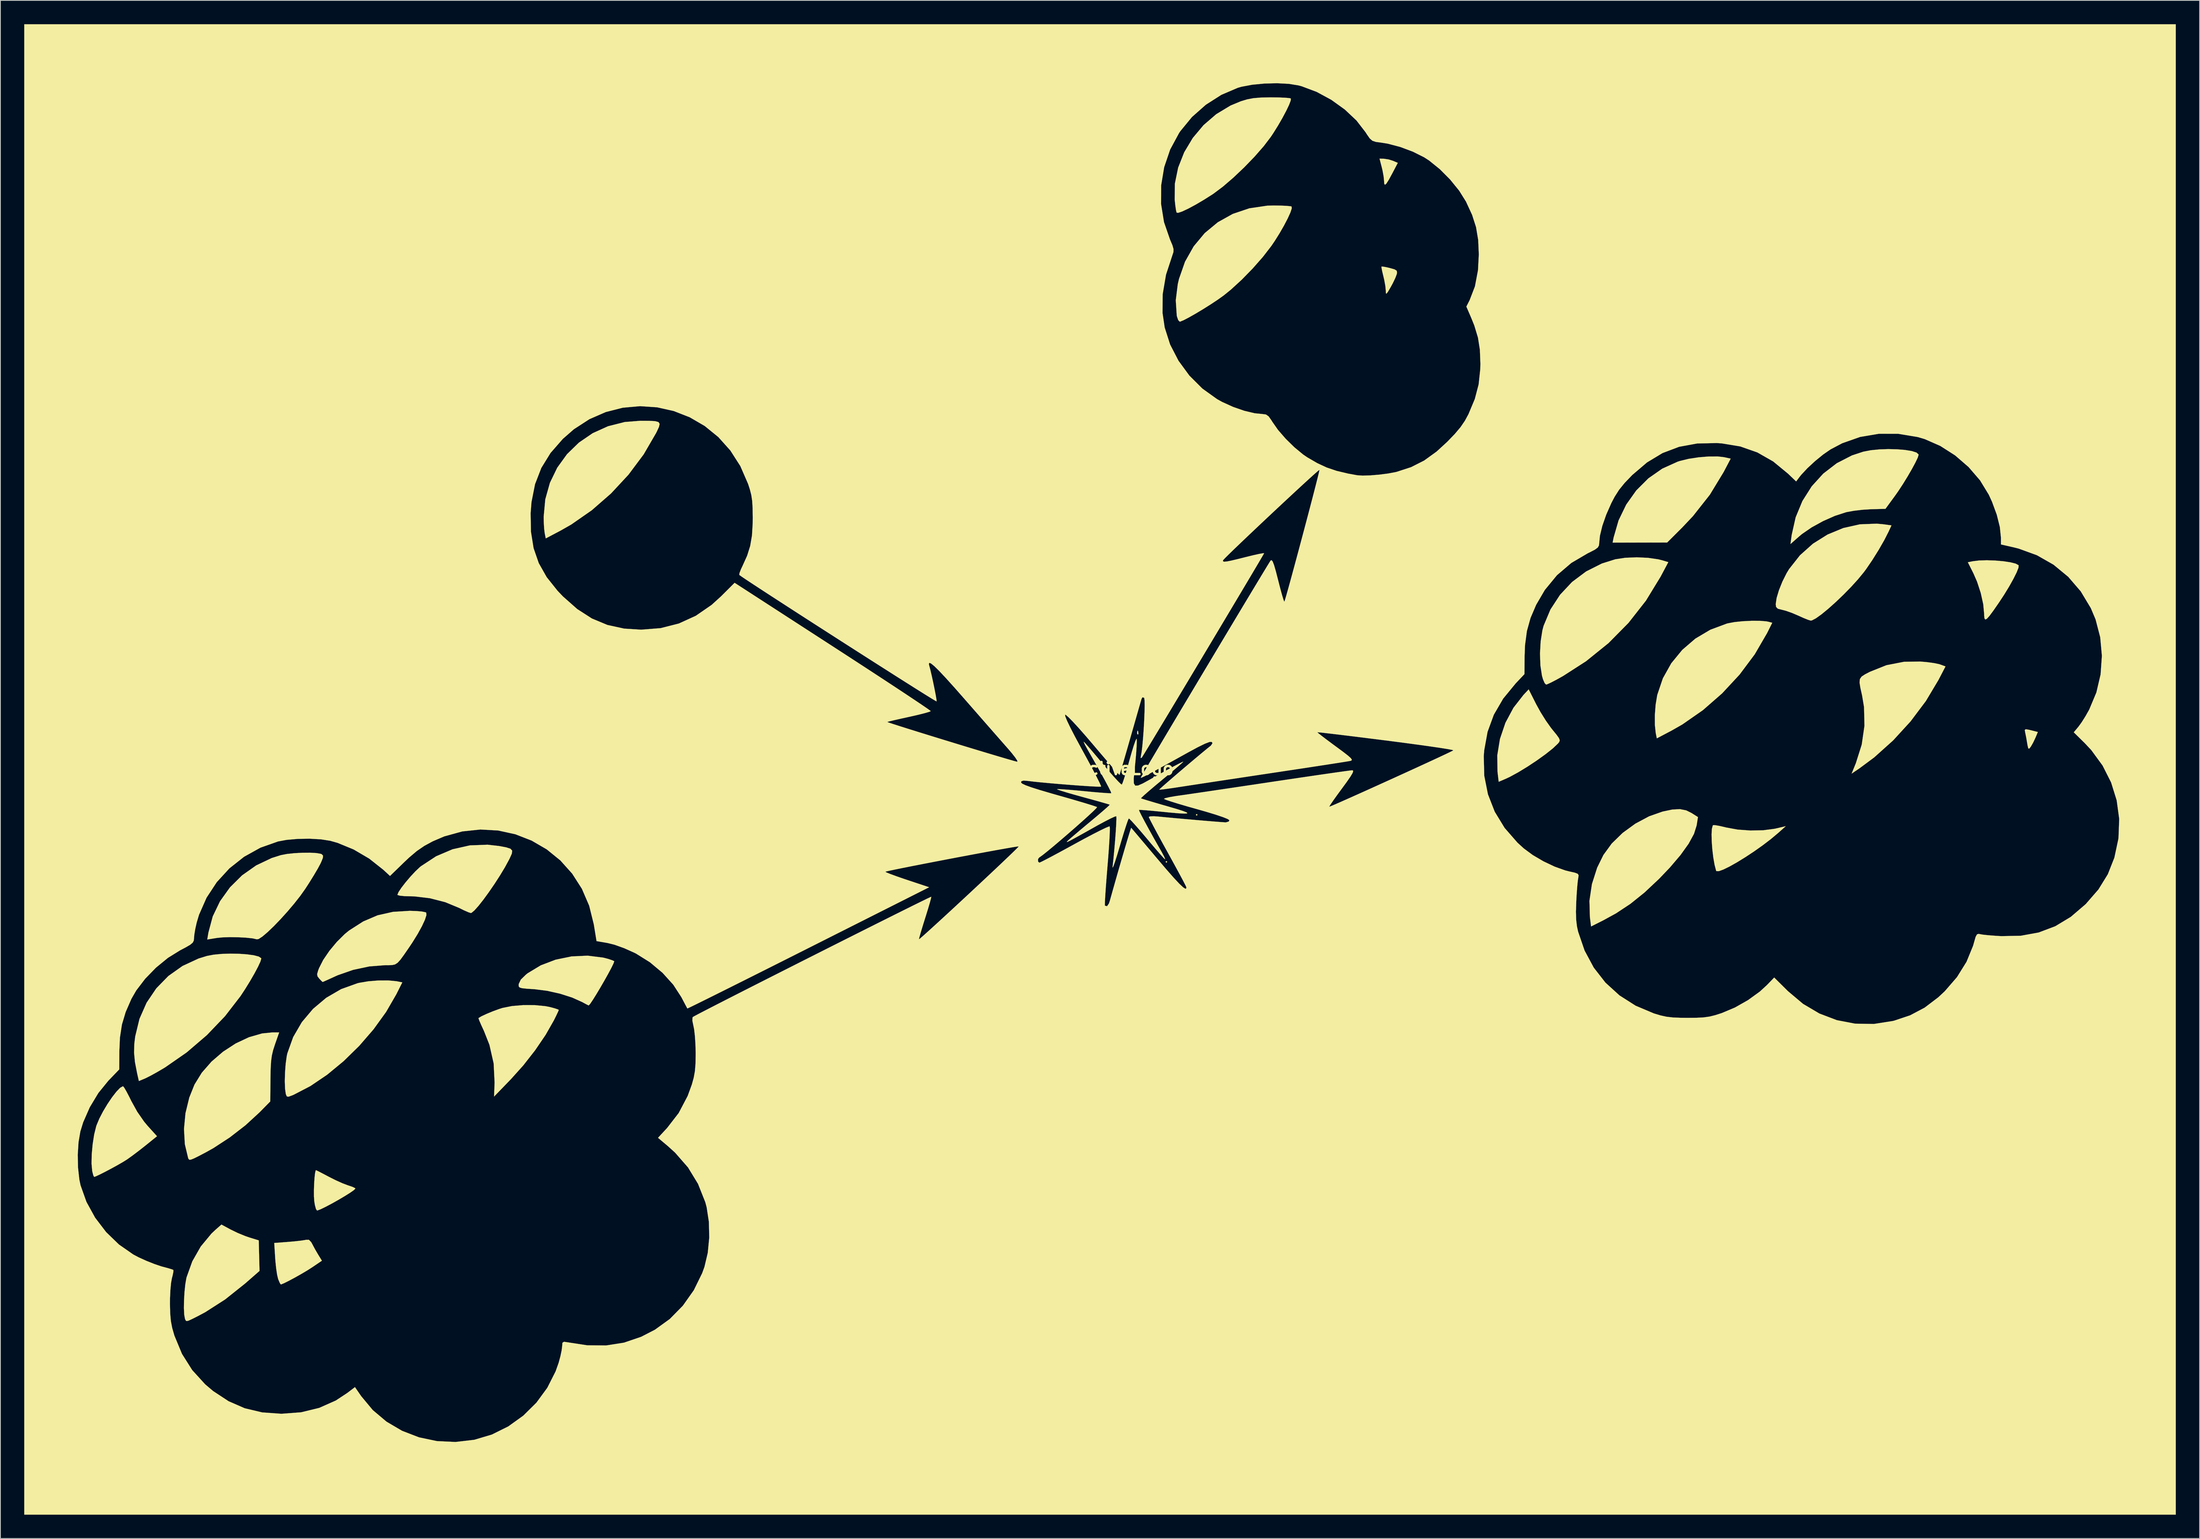
<source format=kicad_pcb>
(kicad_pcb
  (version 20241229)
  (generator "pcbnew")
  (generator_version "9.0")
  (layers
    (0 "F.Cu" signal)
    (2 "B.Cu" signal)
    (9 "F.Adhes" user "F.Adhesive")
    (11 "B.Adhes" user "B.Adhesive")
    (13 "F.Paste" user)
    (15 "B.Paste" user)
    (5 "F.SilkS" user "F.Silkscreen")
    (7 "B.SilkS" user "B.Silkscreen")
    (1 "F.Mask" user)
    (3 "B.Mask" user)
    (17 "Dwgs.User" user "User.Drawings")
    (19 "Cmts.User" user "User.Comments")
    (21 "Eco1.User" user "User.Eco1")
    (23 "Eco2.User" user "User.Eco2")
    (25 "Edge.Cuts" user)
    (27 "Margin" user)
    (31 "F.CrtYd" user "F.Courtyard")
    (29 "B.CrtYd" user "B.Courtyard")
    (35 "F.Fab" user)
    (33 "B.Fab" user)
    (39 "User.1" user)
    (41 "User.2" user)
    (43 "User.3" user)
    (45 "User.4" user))
  (footprint "RadioactiveLogo"
    (layer "F.Cu")
    (at 135.472 93.773)
    (property "Reference" "RadioactiveLogo" (at 0 0 0) (layer "F.SilkS") (effects (font (size 1.524 1.524) (thickness 0.3))))
    (attr through_hole)
    (fp_poly (pts (xy 8.467 11.748) (xy 8.361 11.853) (xy 8.255 11.748) (xy 8.361 11.642) (xy 8.467 11.748)) (stroke (width 0.01) (type solid)) (fill yes) (layer "F.SilkS"))
    (fp_poly (pts (xy 12.277 5.821) (xy 12.171 5.927) (xy 12.065 5.821) (xy 12.171 5.715) (xy 12.277 5.821)) (stroke (width 0.01) (type solid)) (fill yes) (layer "F.SilkS"))
    (fp_poly (pts (xy 4.801 -4.696) (xy 4.826 -4.366) (xy 4.785 -4.291) (xy 4.688 -4.354) (xy 4.673 -4.568) (xy 4.725 -4.794) (xy 4.801 -4.696)) (stroke (width 0.01) (type solid)) (fill yes) (layer "F.SilkS"))
    (fp_poly (pts (xy 35.75 -76.825) (xy 36.364 -76.732) (xy 36.899 -76.56) (xy 37.497 -76.305) (xy 36.832 -75.035) (xy 36.372 -74.186) (xy 36.061 -73.697) (xy 35.875 -73.543) (xy 35.788 -73.699) (xy 35.772 -73.995) (xy 35.718 -74.572) (xy 35.58 -75.33) (xy 35.485 -75.731) (xy 35.199 -76.835) (xy 35.75 -76.825)) (stroke (width 0.01) (type solid)) (fill yes) (layer "F.SilkS"))
    (fp_poly (pts (xy 116.977 -4.891) (xy 117.238 -4.827) (xy 118.096 -4.609) (xy 117.794 -3.888) (xy 117.504 -3.273) (xy 117.211 -2.764) (xy 117.195 -2.741) (xy 117.005 -2.509) (xy 116.891 -2.555) (xy 116.799 -2.937) (xy 116.752 -3.221) (xy 116.634 -3.904) (xy 116.519 -4.478) (xy 116.494 -4.586) (xy 116.451 -4.867) (xy 116.579 -4.958) (xy 116.977 -4.891)) (stroke (width 0.01) (type solid)) (fill yes) (layer "F.SilkS"))
    (fp_poly (pts (xy 35.668 -63.234) (xy 36.165 -63.138) (xy 36.502 -63.057) (xy 37.095 -62.887) (xy 37.364 -62.715) (xy 37.402 -62.46) (xy 37.364 -62.281) (xy 37.186 -61.807) (xy 36.869 -61.145) (xy 36.61 -60.669) (xy 36.265 -60.082) (xy 36.079 -59.83) (xy 36.002 -59.879) (xy 35.985 -60.194) (xy 35.985 -60.226) (xy 35.93 -60.801) (xy 35.791 -61.566) (xy 35.683 -62.025) (xy 35.53 -62.664) (xy 35.447 -63.11) (xy 35.446 -63.245) (xy 35.668 -63.234)) (stroke (width 0.01) (type solid)) (fill yes) (layer "F.SilkS"))
    (fp_poly (pts (xy 78.602 -39.226) (xy 79.417 -39.047) (xy 78.529 -37.356) (xy 76.793 -34.5) (xy 74.665 -31.803) (xy 73.333 -30.392) (xy 71.419 -28.482) (xy 67.984 -28.476) (xy 64.549 -28.469) (xy 64.674 -29.104) (xy 65.298 -31.264) (xy 66.262 -33.257) (xy 67.527 -35.039) (xy 69.054 -36.564) (xy 70.802 -37.786) (xy 72.734 -38.66) (xy 73.01 -38.75) (xy 74.118 -39.021) (xy 75.383 -39.214) (xy 76.659 -39.318) (xy 77.804 -39.321) (xy 78.602 -39.226)) (stroke (width 0.01) (type solid)) (fill yes) (layer "F.SilkS"))
    (fp_poly (pts (xy 54.922 -8.112) (xy 55.48 -7.1) (xy 56.138 -6.049) (xy 56.78 -5.141) (xy 56.958 -4.916) (xy 57.494 -4.258) (xy 57.794 -3.837) (xy 57.894 -3.564) (xy 57.826 -3.353) (xy 57.655 -3.144) (xy 57.02 -2.544) (xy 56.105 -1.816) (xy 55.009 -1.029) (xy 53.828 -0.246) (xy 52.661 0.465) (xy 51.606 1.04) (xy 51.084 1.285) (xy 50.203 1.662) (xy 50.057 0.408) (xy 50.022 -1.653) (xy 50.364 -3.743) (xy 51.053 -5.776) (xy 52.062 -7.663) (xy 53.32 -9.276) (xy 53.98 -9.98) (xy 54.922 -8.112)) (stroke (width 0.01) (type solid)) (fill yes) (layer "F.SilkS"))
    (fp_poly (pts (xy 73.828 5.268) (xy 74.482 5.593) (xy 75.295 6.107) (xy 75.127 7.169) (xy 74.797 8.22) (xy 74.117 9.466) (xy 73.1 10.886) (xy 71.762 12.459) (xy 70.4 13.885) (xy 68.565 15.609) (xy 66.798 17.03) (xy 64.987 18.229) (xy 63.356 19.122) (xy 61.836 19.887) (xy 61.688 18.7) (xy 61.632 16.654) (xy 61.945 14.545) (xy 62.606 12.476) (xy 63.393 10.876) (xy 64.437 9.442) (xy 65.807 8.106) (xy 67.407 6.939) (xy 69.139 6.013) (xy 70.833 5.416) (xy 72.065 5.157) (xy 73.029 5.106) (xy 73.828 5.268)) (stroke (width 0.01) (type solid)) (fill yes) (layer "F.SilkS"))
    (fp_poly (pts (xy 104.201 -13.405) (xy 105.053 -13.287) (xy 105.674 -13.156) (xy 105.78 -13.122) (xy 106.468 -12.87) (xy 105.578 -11.159) (xy 103.997 -8.513) (xy 102.07 -5.949) (xy 99.877 -3.554) (xy 97.494 -1.415) (xy 95.635 -0.035) (xy 94.645 0.635) (xy 95.18 -0.682) (xy 95.919 -3.021) (xy 96.264 -5.398) (xy 96.209 -7.756) (xy 95.966 -9.207) (xy 95.748 -10.187) (xy 95.645 -10.848) (xy 95.688 -11.286) (xy 95.909 -11.597) (xy 96.34 -11.878) (xy 96.943 -12.19) (xy 99.035 -13.027) (xy 101.23 -13.454) (xy 103.269 -13.488) (xy 104.201 -13.405)) (stroke (width 0.01) (type solid)) (fill yes) (layer "F.SilkS"))
    (fp_poly (pts (xy -56.774 -43.81) (xy -56.026 -43.769) (xy -55.603 -43.653) (xy -55.457 -43.426) (xy -55.539 -43.048) (xy -55.8 -42.481) (xy -55.91 -42.26) (xy -57.464 -39.588) (xy -59.372 -37.034) (xy -61.571 -34.666) (xy -63.995 -32.55) (xy -66.58 -30.751) (xy -67.928 -29.983) (xy -69.797 -28.997) (xy -69.929 -29.659) (xy -69.999 -30.225) (xy -70.046 -31.023) (xy -70.059 -31.724) (xy -69.854 -33.931) (xy -69.272 -36.004) (xy -68.35 -37.908) (xy -67.122 -39.607) (xy -65.623 -41.067) (xy -63.889 -42.252) (xy -61.954 -43.128) (xy -59.855 -43.66) (xy -57.897 -43.815) (xy -56.774 -43.81)) (stroke (width 0.01) (type solid)) (fill yes) (layer "F.SilkS"))
    (fp_poly (pts (xy 112.722 -26.21) (xy 113.738 -26.122) (xy 114.633 -25.988) (xy 115.309 -25.819) (xy 115.667 -25.622) (xy 115.681 -25.603) (xy 115.655 -25.298) (xy 115.424 -24.711) (xy 115.023 -23.907) (xy 114.489 -22.951) (xy 113.856 -21.912) (xy 113.202 -20.918) (xy 112.505 -19.912) (xy 112.005 -19.237) (xy 111.67 -18.868) (xy 111.469 -18.78) (xy 111.368 -18.949) (xy 111.337 -19.348) (xy 111.337 -19.459) (xy 111.223 -20.698) (xy 110.91 -22.117) (xy 110.443 -23.548) (xy 109.984 -24.598) (xy 109.281 -25.994) (xy 109.912 -26.121) (xy 110.711 -26.218) (xy 111.68 -26.245) (xy 112.722 -26.21)) (stroke (width 0.01) (type solid)) (fill yes) (layer "F.SilkS"))
    (fp_poly (pts (xy -99.337 59.647) (xy -99.202 59.892) (xy -98.856 60.54) (xy -98.458 61.224) (xy -98.428 61.272) (xy -97.984 61.991) (xy -99.21 62.822) (xy -99.825 63.215) (xy -100.583 63.664) (xy -101.386 64.117) (xy -102.14 64.521) (xy -102.749 64.825) (xy -103.116 64.974) (xy -103.161 64.982) (xy -103.285 64.805) (xy -103.47 64.371) (xy -103.498 64.294) (xy -103.624 63.769) (xy -103.745 62.965) (xy -103.841 62.027) (xy -103.866 61.681) (xy -103.987 59.757) (xy -102.211 59.622) (xy -101.331 59.544) (xy -100.57 59.457) (xy -100.061 59.377) (xy -99.984 59.359) (xy -99.623 59.355) (xy -99.337 59.647)) (stroke (width 0.01) (type solid)) (fill yes) (layer "F.SilkS"))
    (fp_poly (pts (xy 83.08 -18.616) (xy 83.907 -18.55) (xy 84.182 -18.495) (xy 84.65 -18.37) (xy 84 -17.07) (xy 82.448 -14.4) (xy 80.541 -11.848) (xy 78.343 -9.481) (xy 75.921 -7.365) (xy 73.338 -5.567) (xy 71.984 -4.794) (xy 70.115 -3.809) (xy 69.982 -4.471) (xy 69.87 -5.494) (xy 69.867 -6.747) (xy 69.967 -8.054) (xy 70.163 -9.238) (xy 70.178 -9.302) (xy 70.877 -11.373) (xy 71.937 -13.27) (xy 73.315 -14.951) (xy 74.968 -16.373) (xy 76.853 -17.492) (xy 78.93 -18.266) (xy 79.056 -18.3) (xy 79.889 -18.456) (xy 80.931 -18.564) (xy 82.041 -18.619) (xy 83.08 -18.616)) (stroke (width 0.01) (type solid)) (fill yes) (layer "F.SilkS"))
    (fp_poly (pts (xy -109.474 58.067) (xy -108.595 58.494) (xy -107.625 58.891) (xy -107.126 59.063) (xy -105.939 59.43) (xy -105.89 61.355) (xy -105.841 63.279) (xy -107.651 64.862) (xy -110.165 66.867) (xy -112.665 68.471) (xy -113.61 68.976) (xy -114.346 69.346) (xy -114.789 69.547) (xy -115.026 69.597) (xy -115.142 69.513) (xy -115.226 69.313) (xy -115.23 69.304) (xy -115.323 68.794) (xy -115.361 67.986) (xy -115.348 67) (xy -115.289 65.957) (xy -115.188 64.976) (xy -115.051 64.178) (xy -115.025 64.075) (xy -114.305 62.071) (xy -113.242 60.205) (xy -111.896 58.578) (xy -111.376 58.088) (xy -110.636 57.438) (xy -109.474 58.067)) (stroke (width 0.01) (type solid)) (fill yes) (layer "F.SilkS"))
    (fp_poly (pts (xy -71.169 29.797) (xy -69.827 29.927) (xy -69.268 30.038) (xy -68.654 30.204) (xy -68.25 30.342) (xy -68.157 30.401) (xy -68.245 30.622) (xy -68.475 31.111) (xy -68.776 31.718) (xy -69.819 33.549) (xy -71.133 35.48) (xy -72.627 37.389) (xy -74.181 39.12) (xy -76.306 41.317) (xy -76.239 39.55) (xy -76.357 37.138) (xy -76.889 34.792) (xy -77.578 33.049) (xy -77.915 32.322) (xy -78.158 31.76) (xy -78.268 31.455) (xy -78.268 31.428) (xy -77.89 31.2) (xy -77.24 30.897) (xy -76.452 30.572) (xy -75.656 30.281) (xy -75.241 30.149) (xy -74.054 29.912) (xy -72.638 29.793) (xy -71.169 29.797)) (stroke (width 0.01) (type solid)) (fill yes) (layer "F.SilkS"))
    (fp_poly (pts (xy 77.474 7.13) (xy 78.035 7.228) (xy 78.77 7.399) (xy 78.846 7.419) (xy 80.282 7.683) (xy 81.901 7.801) (xy 83.519 7.767) (xy 84.954 7.58) (xy 85.141 7.539) (xy 86.355 7.253) (xy 85.376 8.125) (xy 84.471 8.883) (xy 83.449 9.663) (xy 82.364 10.431) (xy 81.27 11.154) (xy 80.225 11.798) (xy 79.281 12.33) (xy 78.495 12.715) (xy 77.921 12.921) (xy 77.615 12.914) (xy 77.585 12.871) (xy 77.388 12.114) (xy 77.226 11.181) (xy 77.105 10.168) (xy 77.031 9.166) (xy 77.012 8.272) (xy 77.052 7.577) (xy 77.158 7.176) (xy 77.205 7.126) (xy 77.474 7.13)) (stroke (width 0.01) (type solid)) (fill yes) (layer "F.SilkS"))
    (fp_poly (pts (xy -98.531 50.681) (xy -98.047 50.928) (xy -97.372 51.282) (xy -97.118 51.417) (xy -96.258 51.85) (xy -95.411 52.231) (xy -94.742 52.486) (xy -94.668 52.509) (xy -94.126 52.694) (xy -93.805 52.854) (xy -93.768 52.901) (xy -93.943 53.086) (xy -94.408 53.415) (xy -95.08 53.838) (xy -95.872 54.307) (xy -96.698 54.772) (xy -97.473 55.184) (xy -98.112 55.496) (xy -98.529 55.657) (xy -98.604 55.668) (xy -98.734 55.477) (xy -98.867 54.985) (xy -98.946 54.497) (xy -98.986 53.901) (xy -98.99 53.14) (xy -98.964 52.323) (xy -98.915 51.558) (xy -98.847 50.954) (xy -98.768 50.621) (xy -98.734 50.588) (xy -98.531 50.681)) (stroke (width 0.01) (type solid)) (fill yes) (layer "F.SilkS"))
    (fp_poly (pts (xy 69.011 -26.55) (xy 70.305 -26.362) (xy 70.76 -26.248) (xy 71.564 -26.009) (xy 70.591 -24.179) (xy 68.745 -21.157) (xy 66.551 -18.359) (xy 64.031 -15.808) (xy 61.212 -13.532) (xy 58.311 -11.664) (xy 57.498 -11.211) (xy 56.808 -10.851) (xy 56.331 -10.631) (xy 56.175 -10.583) (xy 55.989 -10.771) (xy 55.781 -11.254) (xy 55.654 -11.695) (xy 55.457 -12.985) (xy 55.404 -14.487) (xy 55.489 -16.024) (xy 55.707 -17.42) (xy 55.859 -17.992) (xy 56.722 -20.046) (xy 57.932 -21.899) (xy 59.443 -23.51) (xy 61.212 -24.835) (xy 63.192 -25.834) (xy 64.89 -26.368) (xy 66.127 -26.557) (xy 67.56 -26.616) (xy 69.011 -26.55)) (stroke (width 0.01) (type solid)) (fill yes) (layer "F.SilkS"))
    (fp_poly (pts (xy -103.903 34.766) (xy -104.133 35.483) (xy -104.289 36.148) (xy -104.386 36.88) (xy -104.439 37.792) (xy -104.462 39.003) (xy -104.463 39.115) (xy -104.488 41.929) (xy -105.849 43.312) (xy -107.6 44.922) (xy -109.589 46.462) (xy -111.647 47.806) (xy -112.589 48.333) (xy -113.501 48.811) (xy -114.107 49.111) (xy -114.477 49.257) (xy -114.679 49.27) (xy -114.782 49.172) (xy -114.83 49.054) (xy -115.244 47.317) (xy -115.352 45.4) (xy -115.164 43.407) (xy -114.686 41.44) (xy -114.032 39.805) (xy -113.107 38.305) (xy -111.883 36.907) (xy -110.434 35.663) (xy -108.838 34.623) (xy -107.17 33.839) (xy -105.507 33.361) (xy -104.23 33.234) (xy -103.368 33.232) (xy -103.903 34.766)) (stroke (width 0.01) (type solid)) (fill yes) (layer "F.SilkS"))
    (fp_poly (pts (xy -88.605 26.783) (xy -88.513 26.8) (xy -87.861 26.931) (xy -88.621 28.441) (xy -89.902 30.655) (xy -91.477 32.836) (xy -93.281 34.922) (xy -95.25 36.851) (xy -97.321 38.561) (xy -99.429 39.988) (xy -101.511 41.072) (xy -101.709 41.157) (xy -102.179 41.33) (xy -102.403 41.296) (xy -102.52 41.027) (xy -102.53 40.991) (xy -102.626 40.323) (xy -102.657 39.376) (xy -102.629 38.289) (xy -102.548 37.2) (xy -102.418 36.249) (xy -102.337 35.869) (xy -101.603 33.82) (xy -100.511 31.939) (xy -99.109 30.275) (xy -97.443 28.873) (xy -95.563 27.78) (xy -93.514 27.043) (xy -93.293 26.988) (xy -92.158 26.795) (xy -90.88 26.691) (xy -89.637 26.685) (xy -88.605 26.783)) (stroke (width 0.01) (type solid)) (fill yes) (layer "F.SilkS"))
    (fp_poly (pts (xy -62.563 23.81) (xy -61.965 23.964) (xy -61.462 24.13) (xy -61.188 24.255) (xy -61.172 24.275) (xy -61.272 24.562) (xy -61.541 25.113) (xy -61.935 25.851) (xy -62.409 26.697) (xy -62.916 27.575) (xy -63.412 28.405) (xy -63.852 29.11) (xy -64.189 29.612) (xy -64.38 29.832) (xy -64.395 29.836) (xy -64.598 29.738) (xy -65.034 29.506) (xy -65.193 29.418) (xy -66.462 28.846) (xy -67.993 28.356) (xy -69.63 27.99) (xy -71.214 27.79) (xy -71.29 27.786) (xy -72.208 27.725) (xy -72.782 27.664) (xy -73.087 27.574) (xy -73.202 27.428) (xy -73.204 27.201) (xy -73.195 27.122) (xy -72.938 26.582) (xy -72.278 25.94) (xy -72.073 25.779) (xy -70.426 24.784) (xy -68.551 24.071) (xy -66.547 23.659) (xy -64.518 23.566) (xy -62.563 23.81)) (stroke (width 0.01) (type solid)) (fill yes) (layer "F.SilkS"))
    (fp_poly (pts (xy 100.369 -40.224) (xy 101.386 -40.14) (xy 102.228 -40.001) (xy 102.817 -39.811) (xy 103.076 -39.575) (xy 103.082 -39.533) (xy 102.972 -39.173) (xy 102.672 -38.543) (xy 102.231 -37.725) (xy 101.694 -36.799) (xy 101.109 -35.847) (xy 100.521 -34.951) (xy 100.126 -34.389) (xy 98.907 -32.722) (xy 97.094 -32.675) (xy 96.038 -32.61) (xy 94.941 -32.48) (xy 94.023 -32.314) (xy 93.942 -32.294) (xy 92.538 -31.838) (xy 91.043 -31.175) (xy 89.61 -30.386) (xy 88.394 -29.549) (xy 88.081 -29.288) (xy 86.945 -28.287) (xy 87.101 -29.436) (xy 87.6 -31.658) (xy 88.451 -33.712) (xy 89.62 -35.558) (xy 91.073 -37.158) (xy 92.777 -38.47) (xy 94.698 -39.457) (xy 96.121 -39.925) (xy 97.054 -40.104) (xy 98.126 -40.211) (xy 99.257 -40.249) (xy 100.369 -40.224)) (stroke (width 0.01) (type solid)) (fill yes) (layer "F.SilkS"))
    (fp_poly (pts (xy -123.023 40.018) (xy -122.872 40.203) (xy -122.591 40.687) (xy -122.225 41.388) (xy -121.988 41.871) (xy -121.237 43.231) (xy -120.365 44.486) (xy -119.927 45.01) (xy -118.75 46.311) (xy -120.176 47.463) (xy -120.977 48.094) (xy -121.791 48.711) (xy -122.464 49.195) (xy -122.555 49.257) (xy -123.071 49.577) (xy -123.772 49.98) (xy -124.562 50.413) (xy -125.345 50.825) (xy -126.023 51.165) (xy -126.502 51.383) (xy -126.668 51.435) (xy -126.768 51.25) (xy -126.888 50.794) (xy -126.913 50.67) (xy -126.993 49.757) (xy -126.969 48.588) (xy -126.853 47.315) (xy -126.662 46.089) (xy -126.408 45.061) (xy -126.365 44.932) (xy -126.017 44.097) (xy -125.541 43.181) (xy -124.989 42.258) (xy -124.412 41.405) (xy -123.862 40.697) (xy -123.391 40.209) (xy -123.049 40.018) (xy -123.023 40.018)) (stroke (width 0.01) (type solid)) (fill yes) (layer "F.SilkS"))
    (fp_poly (pts (xy -108.419 23.328) (xy -107.404 23.4) (xy -106.548 23.519) (xy -105.932 23.681) (xy -105.636 23.882) (xy -105.622 23.942) (xy -105.732 24.319) (xy -106.033 24.968) (xy -106.482 25.813) (xy -107.035 26.772) (xy -107.648 27.768) (xy -108.238 28.665) (xy -110.186 31.188) (xy -112.47 33.574) (xy -115.005 35.746) (xy -117.709 37.624) (xy -117.925 37.756) (xy -118.756 38.244) (xy -119.547 38.681) (xy -120.158 38.99) (xy -120.286 39.047) (xy -121.034 39.359) (xy -121.259 38.359) (xy -121.528 36.965) (xy -121.64 35.781) (xy -121.604 34.629) (xy -121.495 33.74) (xy -120.958 31.524) (xy -120.062 29.492) (xy -118.838 27.681) (xy -117.319 26.126) (xy -115.537 24.862) (xy -113.522 23.927) (xy -112.458 23.599) (xy -111.612 23.44) (xy -110.603 23.344) (xy -109.512 23.309) (xy -108.419 23.328)) (stroke (width 0.01) (type solid)) (fill yes) (layer "F.SilkS"))
    (fp_poly (pts (xy 98.697 -30.771) (xy 99.663 -30.639) (xy 99.311 -29.871) (xy 98.765 -28.796) (xy 98.048 -27.545) (xy 97.253 -26.273) (xy 96.476 -25.134) (xy 96.177 -24.732) (xy 95.436 -23.832) (xy 94.564 -22.873) (xy 93.614 -21.903) (xy 92.642 -20.973) (xy 91.704 -20.135) (xy 90.856 -19.438) (xy 90.152 -18.933) (xy 89.648 -18.67) (xy 89.498 -18.645) (xy 89.172 -18.74) (xy 88.596 -18.972) (xy 87.948 -19.264) (xy 87.145 -19.607) (xy 86.364 -19.882) (xy 85.884 -20.005) (xy 85.357 -20.141) (xy 85.133 -20.366) (xy 85.09 -20.721) (xy 85.2 -21.488) (xy 85.496 -22.478) (xy 85.929 -23.558) (xy 86.45 -24.6) (xy 86.769 -25.13) (xy 88.139 -26.869) (xy 89.772 -28.329) (xy 91.613 -29.484) (xy 93.605 -30.308) (xy 95.694 -30.774) (xy 97.823 -30.855) (xy 98.697 -30.771)) (stroke (width 0.01) (type solid)) (fill yes) (layer "F.SilkS"))
    (fp_poly (pts (xy -75.677 9.751) (xy -74.775 9.922) (xy -74.24 10.095) (xy -74.022 10.338) (xy -74.071 10.719) (xy -74.336 11.306) (xy -74.41 11.454) (xy -74.924 12.403) (xy -75.549 13.443) (xy -76.239 14.513) (xy -76.951 15.551) (xy -77.64 16.497) (xy -78.264 17.289) (xy -78.779 17.865) (xy -79.139 18.165) (xy -79.234 18.193) (xy -79.539 18.096) (xy -80.092 17.853) (xy -80.719 17.544) (xy -82.457 16.826) (xy -84.39 16.329) (xy -86.331 16.098) (xy -86.817 16.087) (xy -87.595 16.065) (xy -88.177 16.006) (xy -88.463 15.922) (xy -88.477 15.898) (xy -88.339 15.559) (xy -87.973 15.008) (xy -87.449 14.331) (xy -86.84 13.614) (xy -86.216 12.944) (xy -85.649 12.408) (xy -85.517 12.3) (xy -83.6 11.042) (xy -81.532 10.162) (xy -79.359 9.673) (xy -77.129 9.587) (xy -75.677 9.751)) (stroke (width 0.01) (type solid)) (fill yes) (layer "F.SilkS"))
    (fp_poly (pts (xy 22.758 -70.923) (xy 23.508 -70.889) (xy 23.999 -70.839) (xy 24.125 -70.806) (xy 24.143 -70.561) (xy 23.965 -70.033) (xy 23.627 -69.29) (xy 23.164 -68.404) (xy 22.613 -67.444) (xy 22.01 -66.481) (xy 21.576 -65.841) (xy 20.513 -64.465) (xy 19.232 -63.008) (xy 17.848 -61.591) (xy 16.476 -60.334) (xy 15.57 -59.601) (xy 14.824 -59.069) (xy 13.936 -58.48) (xy 12.985 -57.881) (xy 12.048 -57.318) (xy 11.204 -56.839) (xy 10.531 -56.488) (xy 10.106 -56.314) (xy 10.038 -56.303) (xy 9.849 -56.49) (xy 9.689 -56.952) (xy 9.661 -57.097) (xy 9.54 -58.999) (xy 9.792 -61.029) (xy 9.943 -61.681) (xy 10.705 -63.859) (xy 11.796 -65.793) (xy 13.184 -67.458) (xy 14.836 -68.827) (xy 16.719 -69.877) (xy 18.801 -70.58) (xy 21.048 -70.912) (xy 21.852 -70.936) (xy 22.758 -70.923)) (stroke (width 0.01) (type solid)) (fill yes) (layer "F.SilkS"))
    (fp_poly (pts (xy -98.656 10.641) (xy -98.113 10.739) (xy -98.007 10.787) (xy -97.849 10.956) (xy -97.86 11.235) (xy -98.058 11.733) (xy -98.184 12.001) (xy -98.503 12.595) (xy -98.989 13.421) (xy -99.571 14.361) (xy -100.071 15.134) (xy -100.71 16.035) (xy -101.476 17.008) (xy -102.318 18.002) (xy -103.187 18.964) (xy -104.034 19.843) (xy -104.808 20.587) (xy -105.46 21.143) (xy -105.941 21.46) (xy -106.169 21.507) (xy -106.703 21.388) (xy -107.532 21.299) (xy -108.528 21.246) (xy -109.563 21.231) (xy -110.509 21.26) (xy -111.191 21.329) (xy -112.422 21.53) (xy -112.278 20.66) (xy -111.731 18.618) (xy -110.812 16.704) (xy -109.565 14.964) (xy -108.035 13.446) (xy -106.263 12.196) (xy -104.296 11.262) (xy -103.141 10.898) (xy -102.382 10.754) (xy -101.442 10.654) (xy -100.432 10.601) (xy -99.466 10.595) (xy -98.656 10.641)) (stroke (width 0.01) (type solid)) (fill yes) (layer "F.SilkS"))
    (fp_poly (pts (xy -86.072 17.944) (xy -85.367 18.009) (xy -84.929 18.101) (xy -84.854 18.143) (xy -84.824 18.453) (xy -85.014 19.046) (xy -85.392 19.861) (xy -85.93 20.838) (xy -86.598 21.916) (xy -87.018 22.543) (xy -87.644 23.451) (xy -88.096 24.071) (xy -88.448 24.458) (xy -88.775 24.667) (xy -89.15 24.751) (xy -89.649 24.766) (xy -90.044 24.765) (xy -92.009 24.919) (xy -94.052 25.353) (xy -95.979 26.024) (xy -96.285 26.16) (xy -97.013 26.493) (xy -97.572 26.745) (xy -97.869 26.873) (xy -97.893 26.882) (xy -98.049 26.745) (xy -98.316 26.461) (xy -98.539 26.172) (xy -98.586 25.884) (xy -98.461 25.44) (xy -98.347 25.139) (xy -97.823 24.104) (xy -97.045 22.962) (xy -96.11 21.836) (xy -95.119 20.851) (xy -94.564 20.397) (xy -92.779 19.254) (xy -90.971 18.481) (xy -89.039 18.046) (xy -86.934 17.917) (xy -86.072 17.944)) (stroke (width 0.01) (type solid)) (fill yes) (layer "F.SilkS"))
    (fp_poly (pts (xy 22.481 -84.546) (xy 23.281 -84.514) (xy 23.829 -84.466) (xy 24.028 -84.416) (xy 24.013 -84.157) (xy 23.807 -83.614) (xy 23.447 -82.861) (xy 22.973 -81.969) (xy 22.42 -81.011) (xy 21.827 -80.06) (xy 21.512 -79.587) (xy 20.614 -78.407) (xy 19.466 -77.095) (xy 18.162 -75.745) (xy 16.8 -74.453) (xy 15.475 -73.313) (xy 14.282 -72.419) (xy 14.182 -72.352) (xy 13.077 -71.651) (xy 12.033 -71.036) (xy 11.107 -70.539) (xy 10.359 -70.188) (xy 9.851 -70.016) (xy 9.646 -70.038) (xy 9.571 -70.328) (xy 9.485 -70.914) (xy 9.404 -71.669) (xy 9.403 -71.675) (xy 9.428 -73.705) (xy 9.84 -75.712) (xy 10.602 -77.642) (xy 11.679 -79.442) (xy 13.034 -81.058) (xy 14.633 -82.438) (xy 16.439 -83.529) (xy 17.74 -84.068) (xy 18.529 -84.305) (xy 19.31 -84.454) (xy 20.223 -84.532) (xy 21.408 -84.557) (xy 21.519 -84.557) (xy 22.481 -84.546)) (stroke (width 0.01) (type solid)) (fill yes) (layer "F.SilkS"))
    (fp_poly (pts (xy 4.619 -3.735) (xy 4.63 -3.373) (xy 4.602 -2.693) (xy 4.539 -1.799) (xy 4.465 -0.972) (xy 4.328 0.333) (xy 4.244 1.268) (xy 4.261 1.861) (xy 4.425 2.14) (xy 4.786 2.134) (xy 5.391 1.869) (xy 6.289 1.373) (xy 7.413 0.738) (xy 8.44 0.172) (xy 9.318 -0.3) (xy 9.988 -0.649) (xy 10.395 -0.845) (xy 10.491 -0.869) (xy 10.301 -0.685) (xy 9.841 -0.281) (xy 9.169 0.293) (xy 8.34 0.988) (xy 7.74 1.487) (xy 6.856 2.225) (xy 6.105 2.866) (xy 5.54 3.362) (xy 5.214 3.668) (xy 5.155 3.744) (xy 5.371 3.822) (xy 5.923 3.994) (xy 6.743 4.239) (xy 7.761 4.537) (xy 8.484 4.745) (xy 9.681 5.096) (xy 10.501 5.358) (xy 10.939 5.538) (xy 10.988 5.64) (xy 10.641 5.669) (xy 9.893 5.631) (xy 8.735 5.53) (xy 7.62 5.419) (xy 6.612 5.32) (xy 5.769 5.247) (xy 5.173 5.205) (xy 4.906 5.202) (xy 4.901 5.204) (xy 4.972 5.402) (xy 5.223 5.909) (xy 5.624 6.67) (xy 6.145 7.627) (xy 6.753 8.725) (xy 7.42 9.905) (xy 7.778 10.53) (xy 8.055 11.046) (xy 8.192 11.371) (xy 8.187 11.43) (xy 8.022 11.276) (xy 7.636 10.85) (xy 7.076 10.207) (xy 6.391 9.402) (xy 5.917 8.837) (xy 5.177 7.961) (xy 4.529 7.216) (xy 4.022 6.656) (xy 3.705 6.335) (xy 3.624 6.28) (xy 3.524 6.485) (xy 3.332 7.03) (xy 3.068 7.848) (xy 2.754 8.873) (xy 2.489 9.773) (xy 2.172 10.835) (xy 1.907 11.671) (xy 1.711 12.234) (xy 1.598 12.478) (xy 1.581 12.383) (xy 1.699 11.281) (xy 1.809 10.113) (xy 1.907 8.957) (xy 1.986 7.892) (xy 2.041 6.995) (xy 2.065 6.344) (xy 2.055 6.018) (xy 2.046 5.997) (xy 1.832 6.055) (xy 1.321 6.291) (xy 0.58 6.671) (xy -0.32 7.159) (xy -0.673 7.357) (xy -1.662 7.913) (xy -2.56 8.413) (xy -3.281 8.811) (xy -3.741 9.06) (xy -3.81 9.095) (xy -4.155 9.257) (xy -4.172 9.208) (xy -4.022 9.052) (xy -3.752 8.812) (xy -3.222 8.359) (xy -2.498 7.747) (xy -1.644 7.032) (xy -1.21 6.671) (xy -0.354 5.955) (xy 0.367 5.338) (xy 0.9 4.87) (xy 1.189 4.596) (xy 1.225 4.546) (xy 1.011 4.475) (xy 0.457 4.313) (xy -0.366 4.08) (xy -1.39 3.796) (xy -2.167 3.584) (xy -3.275 3.276) (xy -4.217 3.003) (xy -4.927 2.784) (xy -5.339 2.64) (xy -5.416 2.593) (xy -5.188 2.585) (xy -4.612 2.616) (xy -3.761 2.68) (xy -2.709 2.773) (xy -1.996 2.842) (xy -0.857 2.951) (xy 0.125 3.034) (xy 0.877 3.088) (xy 1.325 3.106) (xy 1.418 3.097) (xy 1.347 2.887) (xy 1.077 2.344) (xy 0.627 1.5) (xy 0.013 0.387) (xy -0.747 -0.963) (xy -1.617 -2.487) (xy -1.898 -3.003) (xy -2.045 -3.328) (xy -2.049 -3.387) (xy -1.892 -3.232) (xy -1.513 -2.804) (xy -0.956 -2.155) (xy -0.269 -1.34) (xy 0.315 -0.638) (xy 1.074 0.262) (xy 1.744 1.028) (xy 2.278 1.607) (xy 2.628 1.948) (xy 2.743 2.016) (xy 2.849 1.789) (xy 3.04 1.227) (xy 3.292 0.404) (xy 3.581 -0.606) (xy 3.718 -1.103) (xy 4.008 -2.125) (xy 4.263 -2.947) (xy 4.464 -3.51) (xy 4.59 -3.755) (xy 4.619 -3.735)) (stroke (width 0.01) (type solid)) (fill yes) (layer "F.SilkS"))
    (fp_poly (pts (xy 135.467 93.98) (xy -135.467 93.98) (xy -135.467 48.649) (xy -128.732 48.649) (xy -128.697 50.273) (xy -128.531 51.771) (xy -128.379 52.493) (xy -127.635 54.586) (xy -126.542 56.574) (xy -125.158 58.387) (xy -123.539 59.955) (xy -121.741 61.206) (xy -121.073 61.561) (xy -120.103 62.001) (xy -119.099 62.402) (xy -118.238 62.695) (xy -118.025 62.754) (xy -117.352 62.934) (xy -116.864 63.084) (xy -116.688 63.158) (xy -116.689 63.395) (xy -116.793 63.892) (xy -116.868 64.167) (xy -116.98 64.78) (xy -117.066 65.681) (xy -117.114 66.736) (xy -117.12 67.416) (xy -117.09 68.636) (xy -117.004 69.596) (xy -116.84 70.456) (xy -116.575 71.379) (xy -116.556 71.438) (xy -115.604 73.734) (xy -114.315 75.774) (xy -112.686 77.563) (xy -111.677 78.417) (xy -109.74 79.691) (xy -107.701 80.581) (xy -105.505 81.102) (xy -103.101 81.274) (xy -103.082 81.274) (xy -100.602 81.088) (xy -98.317 80.531) (xy -96.235 79.605) (xy -94.792 78.655) (xy -93.823 77.916) (xy -93.035 79.06) (xy -91.581 80.808) (xy -89.851 82.267) (xy -87.895 83.418) (xy -85.762 84.241) (xy -83.502 84.717) (xy -81.166 84.827) (xy -78.802 84.552) (xy -78.784 84.548) (xy -76.582 83.893) (xy -74.515 82.867) (xy -72.631 81.514) (xy -70.978 79.879) (xy -69.604 78.004) (xy -68.557 75.934) (xy -68.175 74.855) (xy -67.951 74.028) (xy -67.792 73.272) (xy -67.733 72.766) (xy -67.694 72.328) (xy -67.495 72.203) (xy -67.151 72.255) (xy -64.589 72.647) (xy -62.2 72.669) (xy -59.945 72.315) (xy -57.783 71.579) (xy -56.049 70.686) (xy -54.176 69.333) (xy -52.529 67.656) (xy -51.155 65.712) (xy -50.099 63.559) (xy -49.81 62.759) (xy -49.395 61.003) (xy -49.209 59.063) (xy -49.255 57.098) (xy -49.534 55.264) (xy -49.709 54.61) (xy -50.624 52.309) (xy -51.886 50.239) (xy -53.512 48.377) (xy -54.434 47.542) (xy -55.661 46.51) (xy -54.51 45.266) (xy -53.059 43.389) (xy -51.931 41.246) (xy -51.399 39.793) (xy -51.162 38.935) (xy -51.014 38.118) (xy -50.939 37.195) (xy -50.918 36.022) (xy -50.919 35.772) (xy -50.948 34.692) (xy -51.016 33.67) (xy -51.112 32.839) (xy -51.199 32.411) (xy -51.331 31.775) (xy -51.314 31.36) (xy -51.277 31.296) (xy -51.061 31.171) (xy -50.505 30.876) (xy -49.643 30.428) (xy -48.51 29.845) (xy -47.14 29.144) (xy -45.568 28.342) (xy -43.829 27.458) (xy -41.958 26.509) (xy -39.988 25.512) (xy -37.956 24.484) (xy -35.895 23.444) (xy -33.84 22.408) (xy -31.827 21.395) (xy -29.888 20.421) (xy -28.06 19.504) (xy -26.377 18.662) (xy -24.873 17.912) (xy -23.584 17.272) (xy -22.544 16.759) (xy -21.787 16.39) (xy -21.348 16.184) (xy -21.249 16.145) (xy -21.287 16.358) (xy -21.432 16.896) (xy -21.664 17.683) (xy -21.96 18.642) (xy -22.02 18.832) (xy -22.326 19.813) (xy -22.574 20.634) (xy -22.74 21.22) (xy -22.804 21.493) (xy -22.803 21.503) (xy -22.638 21.381) (xy -22.206 21.005) (xy -21.546 20.412) (xy -20.697 19.639) (xy -19.699 18.724) (xy -18.593 17.703) (xy -17.417 16.614) (xy -16.212 15.493) (xy -15.017 14.376) (xy -13.872 13.303) (xy -12.816 12.308) (xy -11.89 11.429) (xy -11.132 10.704) (xy -10.583 10.169) (xy -10.282 9.861) (xy -10.238 9.8) (xy -10.455 9.821) (xy -11.034 9.913) (xy -11.92 10.067) (xy -13.061 10.271) (xy -14.402 10.517) (xy -15.889 10.793) (xy -17.469 11.09) (xy -19.087 11.397) (xy -20.691 11.705) (xy -22.226 12.002) (xy -23.638 12.278) (xy -24.874 12.524) (xy -25.88 12.729) (xy -26.602 12.883) (xy -26.986 12.975) (xy -27.034 12.993) (xy -26.877 13.087) (xy -26.386 13.285) (xy -25.632 13.562) (xy -24.683 13.891) (xy -24.319 14.013) (xy -21.519 14.946) (xy -36.721 22.61) (xy -39.082 23.799) (xy -41.332 24.931) (xy -43.443 25.991) (xy -45.385 26.964) (xy -47.131 27.837) (xy -48.653 28.596) (xy -49.922 29.226) (xy -50.91 29.714) (xy -51.588 30.045) (xy -51.929 30.205) (xy -51.965 30.218) (xy -52.076 30.017) (xy -52.33 29.539) (xy -52.675 28.881) (xy -52.724 28.787) (xy -53.741 27.221) (xy -55.089 25.729) (xy -56.676 24.399) (xy -58.409 23.316) (xy -58.641 23.198) (xy -59.92 22.624) (xy -61.127 22.191) (xy -62.022 21.969) (xy -63.402 21.732) (xy -63.745 19.624) (xy -64.326 17.277) (xy -65.247 15.139) (xy -66.471 13.23) (xy -67.959 11.568) (xy -69.674 10.175) (xy -71.576 9.069) (xy -73.629 8.27) (xy -75.793 7.798) (xy -78.031 7.672) (xy -80.305 7.913) (xy -82.576 8.539) (xy -84.027 9.159) (xy -85.083 9.731) (xy -86.028 10.378) (xy -87.003 11.204) (xy -87.615 11.782) (xy -89.408 13.523) (xy -90.265 12.734) (xy -92.03 11.337) (xy -93.988 10.188) (xy -96.018 9.353) (xy -96.943 9.092) (xy -98.113 8.909) (xy -99.528 8.83) (xy -101.022 8.854) (xy -102.433 8.978) (xy -103.505 9.177) (xy -105.732 9.964) (xy -107.79 11.109) (xy -109.635 12.569) (xy -111.223 14.302) (xy -112.512 16.264) (xy -113.459 18.412) (xy -113.754 19.398) (xy -113.934 20.203) (xy -114.056 20.942) (xy -114.088 21.345) (xy -114.118 21.666) (xy -114.255 21.927) (xy -114.57 22.191) (xy -115.137 22.523) (xy -115.835 22.888) (xy -117.371 23.84) (xy -118.873 25.069) (xy -120.238 26.472) (xy -121.366 27.951) (xy -121.97 28.998) (xy -122.696 30.662) (xy -123.167 32.236) (xy -123.42 33.887) (xy -123.495 35.616) (xy -123.507 37.894) (xy -124.888 39.33) (xy -126.133 40.863) (xy -127.215 42.659) (xy -128.051 44.564) (xy -128.405 45.72) (xy -128.635 47.072) (xy -128.732 48.649) (xy -135.467 48.649) (xy -135.467 1.743) (xy -9.948 1.743) (xy -9.812 1.89) (xy -9.384 2.094) (xy -8.638 2.364) (xy -7.548 2.709) (xy -6.085 3.139) (xy -5.239 3.38) (xy -3.89 3.764) (xy -2.679 4.117) (xy -1.664 4.42) (xy -0.905 4.657) (xy -0.461 4.809) (xy -0.372 4.85) (xy -0.489 5.01) (xy -0.877 5.395) (xy -1.481 5.957) (xy -2.246 6.648) (xy -3.119 7.422) (xy -4.045 8.23) (xy -4.969 9.026) (xy -5.838 9.763) (xy -6.597 10.392) (xy -7.192 10.867) (xy -7.567 11.14) (xy -7.646 11.183) (xy -7.808 11.399) (xy -7.806 11.703) (xy -7.647 11.853) (xy -7.416 11.755) (xy -6.87 11.48) (xy -6.063 11.056) (xy -5.05 10.513) (xy -3.886 9.879) (xy -3.193 9.498) (xy -1.973 8.834) (xy -0.876 8.254) (xy 0.043 7.786) (xy 0.73 7.456) (xy 1.133 7.291) (xy 1.214 7.282) (xy 1.236 7.524) (xy 1.223 8.126) (xy 1.178 9.028) (xy 1.105 10.169) (xy 1.006 11.488) (xy 0.939 12.299) (xy 0.826 13.689) (xy 0.732 14.932) (xy 0.661 15.969) (xy 0.618 16.74) (xy 0.607 17.183) (xy 0.616 17.267) (xy 0.884 17.337) (xy 1.124 16.987) (xy 1.23 16.669) (xy 1.602 15.341) (xy 1.996 13.952) (xy 2.394 12.561) (xy 2.781 11.227) (xy 3.138 10.008) (xy 3.448 8.963) (xy 3.694 8.15) (xy 3.859 7.629) (xy 3.926 7.457) (xy 4.071 7.628) (xy 4.451 8.077) (xy 5.027 8.76) (xy 5.76 9.629) (xy 6.611 10.639) (xy 7.188 11.324) (xy 8.355 12.696) (xy 9.28 13.749) (xy 9.979 14.497) (xy 10.466 14.956) (xy 10.758 15.143) (xy 10.871 15.072) (xy 10.861 14.922) (xy 10.751 14.684) (xy 10.465 14.13) (xy 10.031 13.318) (xy 9.48 12.302) (xy 8.841 11.137) (xy 8.48 10.483) (xy 7.81 9.266) (xy 7.214 8.171) (xy 6.722 7.253) (xy 6.364 6.567) (xy 6.167 6.167) (xy 6.138 6.089) (xy 6.328 6.015) (xy 6.815 6.004) (xy 7.25 6.034) (xy 8.279 6.133) (xy 9.471 6.244) (xy 10.748 6.359) (xy 12.033 6.472) (xy 13.248 6.576) (xy 14.317 6.664) (xy 15.162 6.73) (xy 15.705 6.767) (xy 15.848 6.773) (xy 16.205 6.669) (xy 16.296 6.509) (xy 16.095 6.36) (xy 15.516 6.124) (xy 14.595 5.813) (xy 13.364 5.438) (xy 12.168 5.097) (xy 10.92 4.744) (xy 9.824 4.42) (xy 8.94 4.145) (xy 8.329 3.939) (xy 8.053 3.819) (xy 8.043 3.807) (xy 8.238 3.716) (xy 8.758 3.595) (xy 9.508 3.465) (xy 9.895 3.409) (xy 10.489 3.325) (xy 11.448 3.186) (xy 12.723 2.998) (xy 14.261 2.771) (xy 16.01 2.512) (xy 17.917 2.228) (xy 19.933 1.927) (xy 21.558 1.683) (xy 23.557 1.385) (xy 25.436 1.107) (xy 27.152 0.855) (xy 28.661 0.636) (xy 29.921 0.456) (xy 30.889 0.321) (xy 31.521 0.238) (xy 31.769 0.212) (xy 31.883 0.283) (xy 31.82 0.524) (xy 31.556 0.976) (xy 31.069 1.682) (xy 30.486 2.478) (xy 29.872 3.316) (xy 29.367 4.023) (xy 29.017 4.535) (xy 28.866 4.789) (xy 28.864 4.805) (xy 29.062 4.734) (xy 29.595 4.508) (xy 30.413 4.15) (xy 31.466 3.682) (xy 32.706 3.127) (xy 34.083 2.507) (xy 35.546 1.844) (xy 37.047 1.163) (xy 38.536 0.484) (xy 39.964 -0.17) (xy 41.28 -0.776) (xy 42.436 -1.311) (xy 42.985 -1.568) (xy 48.322 -1.568) (xy 48.384 0.898) (xy 48.849 3.24) (xy 49.707 5.438) (xy 50.951 7.476) (xy 52.574 9.336) (xy 53.37 10.061) (xy 54.496 10.892) (xy 55.84 11.681) (xy 57.253 12.351) (xy 58.584 12.827) (xy 59.084 12.952) (xy 59.781 13.108) (xy 60.146 13.247) (xy 60.268 13.431) (xy 60.23 13.72) (xy 60.223 13.751) (xy 60.159 14.174) (xy 60.088 14.911) (xy 60.02 15.851) (xy 59.971 16.727) (xy 59.93 18.022) (xy 59.957 19.028) (xy 60.059 19.876) (xy 60.203 20.537) (xy 61.019 22.921) (xy 62.174 25.072) (xy 63.647 26.963) (xy 65.413 28.571) (xy 67.449 29.87) (xy 69.733 30.835) (xy 69.744 30.839) (xy 70.581 31.092) (xy 71.332 31.257) (xy 72.135 31.35) (xy 73.129 31.391) (xy 73.978 31.398) (xy 75.144 31.388) (xy 76.025 31.34) (xy 76.757 31.237) (xy 77.479 31.058) (xy 78.296 30.796) (xy 79.951 30.099) (xy 81.597 29.167) (xy 83.082 28.092) (xy 83.988 27.262) (xy 84.896 26.319) (xy 86.633 28.039) (xy 88.527 29.635) (xy 90.589 30.855) (xy 92.786 31.69) (xy 95.082 32.131) (xy 97.445 32.169) (xy 99.841 31.793) (xy 100.001 31.753) (xy 102.017 31.078) (xy 103.839 30.115) (xy 105.559 28.809) (xy 106.375 28.046) (xy 107.914 26.268) (xy 109.116 24.336) (xy 109.943 22.315) (xy 110.083 21.818) (xy 110.267 21.183) (xy 110.438 20.878) (xy 110.657 20.819) (xy 110.798 20.853) (xy 111.184 20.92) (xy 111.882 20.994) (xy 112.782 21.063) (xy 113.484 21.104) (xy 115.946 21.057) (xy 118.205 20.646) (xy 120.293 19.858) (xy 122.243 18.681) (xy 124.087 17.103) (xy 124.148 17.042) (xy 125.724 15.229) (xy 126.909 13.309) (xy 127.734 11.22) (xy 128.227 8.903) (xy 128.255 8.687) (xy 128.342 6.329) (xy 128.025 3.997) (xy 127.322 1.742) (xy 126.25 -0.383) (xy 124.829 -2.329) (xy 124.031 -3.18) (xy 122.62 -4.573) (xy 123.215 -5.286) (xy 123.617 -5.84) (xy 124.101 -6.609) (xy 124.561 -7.427) (xy 124.565 -7.434) (xy 125.468 -9.59) (xy 126.001 -11.873) (xy 126.163 -14.214) (xy 125.952 -16.542) (xy 125.368 -18.791) (xy 124.769 -20.214) (xy 123.496 -22.33) (xy 121.92 -24.162) (xy 120.071 -25.687) (xy 117.979 -26.88) (xy 115.675 -27.717) (xy 115.094 -27.862) (xy 113.453 -28.238) (xy 113.45 -29.094) (xy 113.311 -30.436) (xy 112.926 -31.982) (xy 112.325 -33.617) (xy 111.92 -34.502) (xy 110.813 -36.316) (xy 109.374 -37.987) (xy 107.683 -39.451) (xy 105.816 -40.646) (xy 103.851 -41.509) (xy 102.976 -41.766) (xy 100.509 -42.176) (xy 98.076 -42.179) (xy 95.714 -41.78) (xy 93.459 -40.985) (xy 91.985 -40.207) (xy 91.062 -39.568) (xy 90.048 -38.741) (xy 89.081 -37.846) (xy 88.298 -37.007) (xy 88.106 -36.767) (xy 87.659 -36.175) (xy 86.639 -37.152) (xy 84.77 -38.69) (xy 82.776 -39.829) (xy 80.623 -40.584) (xy 78.276 -40.97) (xy 77.651 -41.011) (xy 75.184 -40.955) (xy 72.923 -40.539) (xy 70.834 -39.749) (xy 68.882 -38.571) (xy 67.032 -36.993) (xy 66.975 -36.936) (xy 66.054 -35.975) (xy 65.365 -35.124) (xy 64.803 -34.242) (xy 64.384 -33.441) (xy 63.741 -31.983) (xy 63.253 -30.58) (xy 62.951 -29.334) (xy 62.865 -28.468) (xy 62.832 -28.117) (xy 62.678 -27.848) (xy 62.322 -27.585) (xy 61.683 -27.252) (xy 61.426 -27.128) (xy 59.352 -25.909) (xy 57.543 -24.363) (xy 56.016 -22.508) (xy 54.922 -20.637) (xy 54.212 -18.976) (xy 53.755 -17.331) (xy 53.518 -15.552) (xy 53.465 -14.152) (xy 53.446 -11.9) (xy 52.346 -10.737) (xy 50.768 -8.814) (xy 49.592 -6.792) (xy 48.801 -4.634) (xy 48.379 -2.301) (xy 48.322 -1.568) (xy 42.985 -1.568) (xy 43.381 -1.753) (xy 44.067 -2.08) (xy 44.443 -2.269) (xy 44.497 -2.302) (xy 44.328 -2.359) (xy 43.782 -2.46) (xy 42.901 -2.601) (xy 41.729 -2.774) (xy 40.308 -2.974) (xy 38.682 -3.194) (xy 36.892 -3.428) (xy 36.036 -3.538) (xy 34.177 -3.772) (xy 32.454 -3.987) (xy 30.911 -4.177) (xy 29.59 -4.336) (xy 28.538 -4.46) (xy 27.798 -4.543) (xy 27.414 -4.58) (xy 27.369 -4.58) (xy 27.511 -4.444) (xy 27.936 -4.107) (xy 28.584 -3.614) (xy 29.394 -3.012) (xy 29.674 -2.806) (xy 30.607 -2.118) (xy 31.231 -1.633) (xy 31.587 -1.313) (xy 31.714 -1.119) (xy 31.65 -1.012) (xy 31.52 -0.969) (xy 31.208 -0.914) (xy 30.523 -0.803) (xy 29.51 -0.645) (xy 28.215 -0.444) (xy 26.683 -0.209) (xy 24.959 0.053) (xy 23.089 0.336) (xy 21.802 0.53) (xy 19.765 0.836) (xy 17.763 1.138) (xy 15.856 1.426) (xy 14.103 1.692) (xy 12.563 1.926) (xy 11.296 2.119) (xy 10.36 2.263) (xy 10.054 2.31) (xy 9.072 2.459) (xy 8.257 2.573) (xy 7.69 2.641) (xy 7.455 2.652) (xy 7.453 2.651) (xy 7.591 2.51) (xy 7.996 2.146) (xy 8.61 1.609) (xy 9.376 0.948) (xy 10.236 0.212) (xy 11.132 -0.549) (xy 12.007 -1.287) (xy 12.802 -1.952) (xy 13.461 -2.496) (xy 13.925 -2.868) (xy 13.962 -2.896) (xy 14.16 -3.195) (xy 14.075 -3.362) (xy 13.805 -3.362) (xy 13.209 -3.135) (xy 12.277 -2.678) (xy 11.112 -2.047) (xy 9.413 -1.104) (xy 8.05 -0.35) (xy 6.992 0.23) (xy 6.206 0.653) (xy 5.659 0.938) (xy 5.32 1.101) (xy 5.155 1.159) (xy 5.134 1.13) (xy 5.453 0.58) (xy 5.949 -0.263) (xy 6.6 -1.364) (xy 7.386 -2.69) (xy 8.286 -4.205) (xy 9.281 -5.875) (xy 10.348 -7.665) (xy 11.468 -9.542) (xy 12.619 -11.47) (xy 13.782 -13.415) (xy 14.935 -15.343) (xy 16.058 -17.218) (xy 17.13 -19.007) (xy 18.131 -20.676) (xy 19.04 -22.188) (xy 19.836 -23.51) (xy 20.499 -24.608) (xy 21.008 -25.447) (xy 21.342 -25.992) (xy 21.481 -26.209) (xy 21.482 -26.21) (xy 21.608 -26.253) (xy 21.746 -26.079) (xy 21.915 -25.639) (xy 22.134 -24.884) (xy 22.422 -23.766) (xy 22.435 -23.715) (xy 22.692 -22.709) (xy 22.919 -21.878) (xy 23.095 -21.295) (xy 23.199 -21.032) (xy 23.212 -21.025) (xy 23.29 -21.247) (xy 23.459 -21.823) (xy 23.706 -22.7) (xy 24.017 -23.827) (xy 24.377 -25.15) (xy 24.773 -26.616) (xy 25.19 -28.173) (xy 25.615 -29.769) (xy 26.034 -31.35) (xy 26.432 -32.863) (xy 26.796 -34.257) (xy 27.111 -35.478) (xy 27.364 -36.474) (xy 27.54 -37.192) (xy 27.626 -37.58) (xy 27.631 -37.633) (xy 27.466 -37.511) (xy 27.035 -37.136) (xy 26.378 -36.543) (xy 25.535 -35.771) (xy 24.547 -34.859) (xy 23.453 -33.842) (xy 22.294 -32.76) (xy 21.11 -31.65) (xy 19.942 -30.549) (xy 18.829 -29.496) (xy 17.811 -28.527) (xy 16.929 -27.682) (xy 16.223 -26.997) (xy 15.734 -26.51) (xy 15.5 -26.258) (xy 15.487 -26.237) (xy 15.485 -26.112) (xy 15.629 -26.061) (xy 15.974 -26.092) (xy 16.575 -26.212) (xy 17.49 -26.432) (xy 18.36 -26.651) (xy 19.283 -26.877) (xy 20.026 -27.042) (xy 20.511 -27.128) (xy 20.664 -27.123) (xy 20.427 -26.711) (xy 20.006 -25.994) (xy 19.422 -25.007) (xy 18.698 -23.786) (xy 17.853 -22.366) (xy 16.909 -20.783) (xy 15.888 -19.072) (xy 14.811 -17.268) (xy 13.699 -15.408) (xy 12.574 -13.527) (xy 11.456 -11.661) (xy 10.367 -9.844) (xy 9.328 -8.113) (xy 8.361 -6.503) (xy 7.486 -5.05) (xy 6.726 -3.789) (xy 6.101 -2.756) (xy 5.632 -1.986) (xy 5.342 -1.514) (xy 5.251 -1.376) (xy 5.111 -1.327) (xy 5.147 -1.587) (xy 5.241 -2.099) (xy 5.334 -2.886) (xy 5.422 -3.863) (xy 5.5 -4.944) (xy 5.562 -6.043) (xy 5.604 -7.075) (xy 5.622 -7.954) (xy 5.61 -8.594) (xy 5.564 -8.91) (xy 5.555 -8.923) (xy 5.338 -8.984) (xy 5.217 -8.753) (xy 5.127 -8.441) (xy 4.939 -7.787) (xy 4.672 -6.854) (xy 4.344 -5.708) (xy 3.974 -4.412) (xy 3.802 -3.81) (xy 3.425 -2.494) (xy 3.086 -1.322) (xy 2.803 -0.353) (xy 2.592 0.354) (xy 2.471 0.741) (xy 2.45 0.795) (xy 2.304 0.656) (xy 1.925 0.236) (xy 1.35 -0.422) (xy 0.616 -1.273) (xy -0.239 -2.275) (xy -0.89 -3.045) (xy -1.851 -4.168) (xy -2.71 -5.141) (xy -3.431 -5.925) (xy -3.979 -6.481) (xy -4.316 -6.77) (xy -4.401 -6.801) (xy -4.375 -6.574) (xy -4.146 -6.011) (xy -3.727 -5.139) (xy -3.131 -3.987) (xy -2.372 -2.581) (xy -2.191 -2.253) (xy -1.514 -1.014) (xy -0.918 0.1) (xy -0.431 1.037) (xy -0.079 1.743) (xy 0.109 2.167) (xy 0.132 2.267) (xy -0.099 2.28) (xy -0.677 2.259) (xy -1.53 2.21) (xy -2.585 2.139) (xy -3.768 2.051) (xy -5.006 1.952) (xy -6.226 1.847) (xy -7.353 1.743) (xy -8.316 1.645) (xy -9.04 1.558) (xy -9.049 1.557) (xy -9.633 1.509) (xy -9.9 1.59) (xy -9.948 1.743) (xy -135.467 1.743) (xy -135.467 -32.173) (xy -71.702 -32.173) (xy -71.662 -29.842) (xy -71.33 -27.77) (xy -70.678 -25.886) (xy -69.679 -24.118) (xy -68.305 -22.394) (xy -67.631 -21.688) (xy -65.832 -20.098) (xy -63.984 -18.908) (xy -62.032 -18.095) (xy -59.919 -17.634) (xy -57.785 -17.501) (xy -55.328 -17.694) (xy -53.035 -18.277) (xy -50.898 -19.252) (xy -48.911 -20.622) (xy -47.72 -21.703) (xy -46.015 -23.405) (xy -33.644 -15.392) (xy -31.583 -14.055) (xy -29.63 -12.783) (xy -27.815 -11.597) (xy -26.165 -10.514) (xy -24.709 -9.553) (xy -23.476 -8.733) (xy -22.493 -8.074) (xy -21.79 -7.593) (xy -21.394 -7.31) (xy -21.315 -7.239) (xy -21.526 -7.145) (xy -22.073 -6.986) (xy -22.877 -6.783) (xy -23.859 -6.557) (xy -24.045 -6.517) (xy -25.052 -6.295) (xy -25.897 -6.103) (xy -26.5 -5.959) (xy -26.782 -5.881) (xy -26.792 -5.875) (xy -26.613 -5.802) (xy -26.079 -5.624) (xy -25.244 -5.355) (xy -24.159 -5.012) (xy -22.874 -4.611) (xy -21.443 -4.167) (xy -19.917 -3.697) (xy -18.347 -3.216) (xy -16.785 -2.739) (xy -15.283 -2.284) (xy -13.893 -1.865) (xy -12.665 -1.499) (xy -11.653 -1.201) (xy -10.908 -0.987) (xy -10.481 -0.873) (xy -10.405 -0.859) (xy -10.417 -0.999) (xy -10.669 -1.387) (xy -11.117 -1.96) (xy -11.569 -2.491) (xy -12.099 -3.093) (xy -12.853 -3.953) (xy -13.779 -5.01) (xy -14.822 -6.202) (xy -15.93 -7.47) (xy -17.036 -8.735) (xy -18.356 -10.235) (xy -19.426 -11.421) (xy -20.259 -12.308) (xy -20.873 -12.912) (xy -21.283 -13.246) (xy -21.504 -13.325) (xy -21.552 -13.165) (xy -21.506 -12.965) (xy -21.369 -12.449) (xy -21.197 -11.715) (xy -21.012 -10.869) (xy -20.836 -10.015) (xy -20.69 -9.259) (xy -20.597 -8.706) (xy -20.577 -8.462) (xy -20.756 -8.556) (xy -21.256 -8.857) (xy -22.041 -9.343) (xy -23.077 -9.993) (xy -24.329 -10.784) (xy -25.763 -11.693) (xy -27.343 -12.699) (xy -29.035 -13.778) (xy -30.804 -14.909) (xy -32.615 -16.069) (xy -34.434 -17.237) (xy -36.226 -18.389) (xy -37.955 -19.503) (xy -39.587 -20.558) (xy -41.087 -21.53) (xy -42.421 -22.397) (xy -43.554 -23.138) (xy -44.451 -23.729) (xy -45.076 -24.149) (xy -45.396 -24.375) (xy -45.426 -24.4) (xy -45.4 -24.634) (xy -45.215 -25.118) (xy -45.012 -25.547) (xy -44.437 -26.82) (xy -44.052 -28.049) (xy -43.827 -29.367) (xy -43.736 -30.908) (xy -43.73 -31.644) (xy -43.747 -32.824) (xy -43.801 -33.716) (xy -43.911 -34.457) (xy -44.096 -35.182) (xy -44.322 -35.875) (xy -45.295 -38.112) (xy -46.555 -40.077) (xy -48.064 -41.763) (xy -49.781 -43.16) (xy -51.666 -44.257) (xy -53.681 -45.045) (xy -55.785 -45.515) (xy -57.938 -45.657) (xy -60.102 -45.461) (xy -62.235 -44.918) (xy -64.3 -44.018) (xy -66.254 -42.751) (xy -67.649 -41.531) (xy -69.195 -39.761) (xy -70.355 -37.877) (xy -71.147 -35.831) (xy -71.594 -33.575) (xy -71.702 -32.173) (xy -135.467 -32.173) (xy -135.467 -71.134) (xy 7.685 -71.134) (xy 8.055 -68.844) (xy 8.81 -66.655) (xy 8.812 -66.652) (xy 9.118 -65.928) (xy 9.255 -65.445) (xy 9.242 -65.065) (xy 9.12 -64.696) (xy 8.309 -62.222) (xy 7.892 -59.777) (xy 7.871 -57.397) (xy 8.142 -55.566) (xy 8.827 -53.42) (xy 9.883 -51.377) (xy 11.255 -49.504) (xy 12.891 -47.871) (xy 14.74 -46.544) (xy 15.37 -46.194) (xy 16.756 -45.564) (xy 18.171 -45.073) (xy 19.487 -44.761) (xy 20.459 -44.665) (xy 20.898 -44.605) (xy 21.236 -44.367) (xy 21.597 -43.856) (xy 21.687 -43.704) (xy 22.412 -42.667) (xy 23.383 -41.549) (xy 24.478 -40.475) (xy 25.574 -39.57) (xy 26.104 -39.208) (xy 27.353 -38.483) (xy 28.535 -37.933) (xy 29.785 -37.509) (xy 31.235 -37.164) (xy 32.385 -36.953) (xy 33.075 -36.908) (xy 34.041 -36.937) (xy 35.143 -37.028) (xy 36.242 -37.168) (xy 37.198 -37.345) (xy 37.359 -37.384) (xy 39.173 -37.974) (xy 40.816 -38.806) (xy 42.386 -39.939) (xy 43.717 -41.161) (xy 44.683 -42.165) (xy 45.399 -43.015) (xy 45.948 -43.819) (xy 46.402 -44.662) (xy 47.196 -46.559) (xy 47.677 -48.395) (xy 47.885 -50.34) (xy 47.9 -51.012) (xy 47.835 -52.759) (xy 47.593 -54.296) (xy 47.135 -55.811) (xy 46.747 -56.776) (xy 46.131 -58.201) (xy 46.544 -59.011) (xy 47.213 -60.747) (xy 47.597 -62.78) (xy 47.701 -64.77) (xy 47.621 -66.601) (xy 47.353 -68.207) (xy 46.855 -69.756) (xy 46.087 -71.42) (xy 46.078 -71.438) (xy 45.22 -72.81) (xy 44.084 -74.209) (xy 42.788 -75.512) (xy 41.448 -76.596) (xy 40.811 -77.009) (xy 39.401 -77.714) (xy 37.813 -78.308) (xy 36.237 -78.723) (xy 35.411 -78.856) (xy 34.734 -78.947) (xy 34.3 -79.09) (xy 33.969 -79.378) (xy 33.603 -79.901) (xy 33.437 -80.163) (xy 32.297 -81.64) (xy 30.828 -83.024) (xy 29.124 -84.249) (xy 27.281 -85.249) (xy 25.39 -85.958) (xy 24.994 -86.064) (xy 23.771 -86.262) (xy 22.294 -86.339) (xy 20.71 -86.299) (xy 19.169 -86.151) (xy 17.819 -85.898) (xy 17.353 -85.765) (xy 15.277 -84.876) (xy 13.325 -83.628) (xy 11.576 -82.081) (xy 10.111 -80.297) (xy 9.95 -80.057) (xy 8.832 -77.986) (xy 8.079 -75.768) (xy 7.695 -73.462) (xy 7.685 -71.134) (xy -135.467 -71.134) (xy -135.467 -93.768) (xy 135.467 -93.768) (xy 135.467 93.98)) (stroke (width 0.01) (type solid)) (fill yes) (layer "F.SilkS")))
  (gr_rect
    (start -3 -3)
    (end 273.943 190.758)
    (stroke (width 0.1) (type default))
    (fill no)
    (layer "Edge.Cuts")))
</source>
